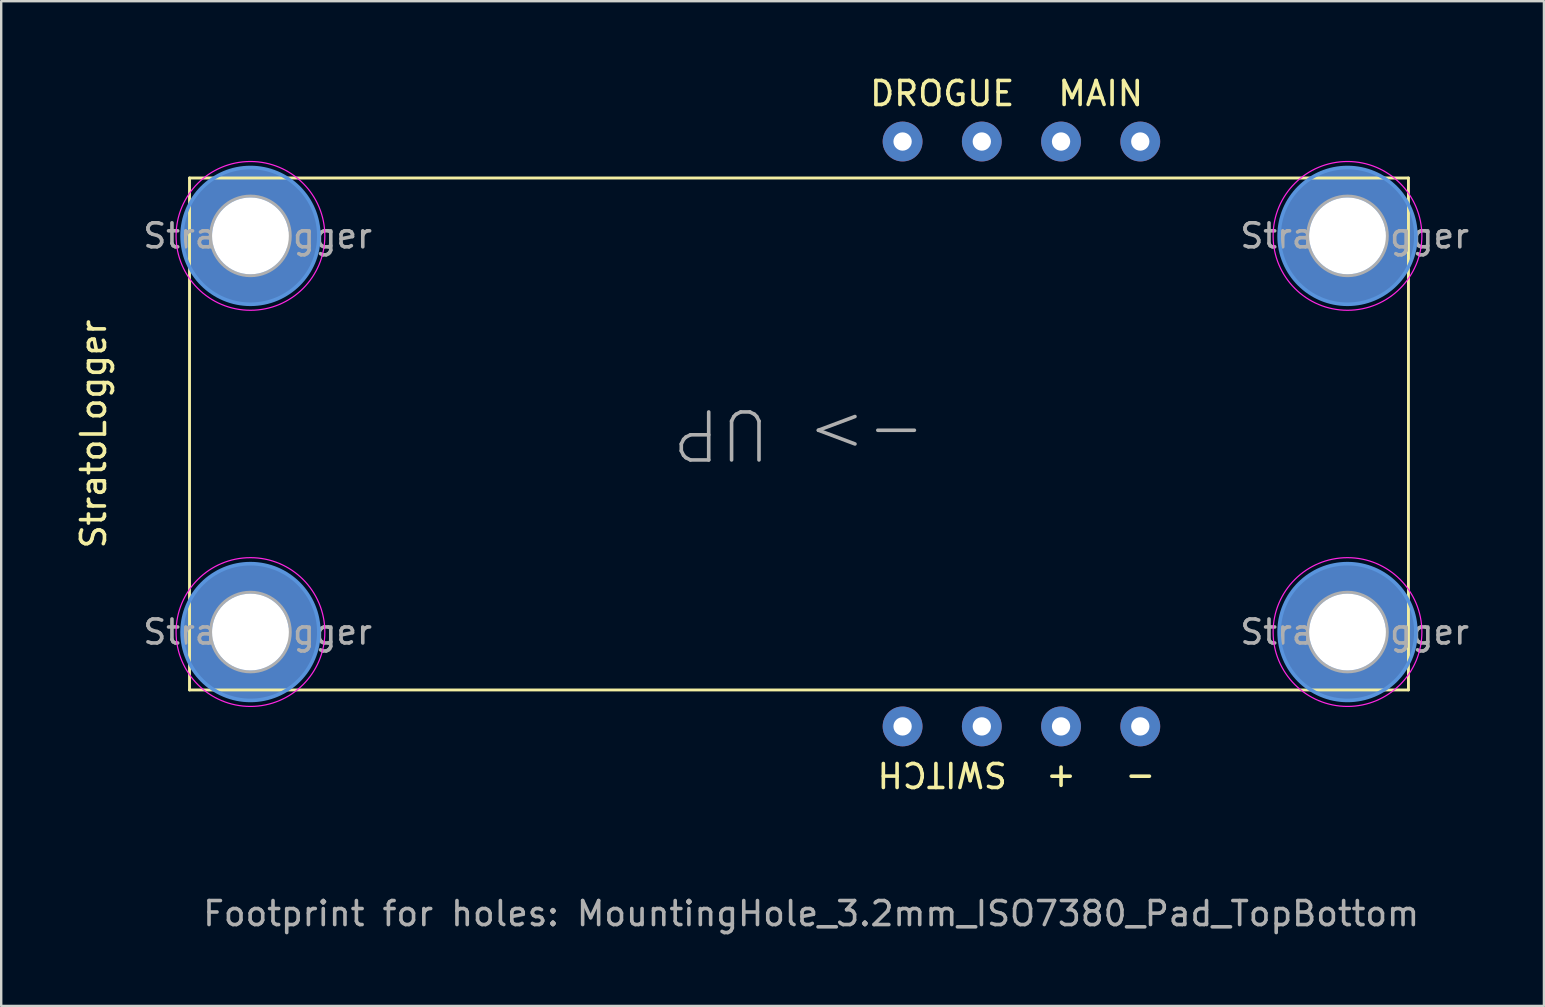
<source format=kicad_pcb>
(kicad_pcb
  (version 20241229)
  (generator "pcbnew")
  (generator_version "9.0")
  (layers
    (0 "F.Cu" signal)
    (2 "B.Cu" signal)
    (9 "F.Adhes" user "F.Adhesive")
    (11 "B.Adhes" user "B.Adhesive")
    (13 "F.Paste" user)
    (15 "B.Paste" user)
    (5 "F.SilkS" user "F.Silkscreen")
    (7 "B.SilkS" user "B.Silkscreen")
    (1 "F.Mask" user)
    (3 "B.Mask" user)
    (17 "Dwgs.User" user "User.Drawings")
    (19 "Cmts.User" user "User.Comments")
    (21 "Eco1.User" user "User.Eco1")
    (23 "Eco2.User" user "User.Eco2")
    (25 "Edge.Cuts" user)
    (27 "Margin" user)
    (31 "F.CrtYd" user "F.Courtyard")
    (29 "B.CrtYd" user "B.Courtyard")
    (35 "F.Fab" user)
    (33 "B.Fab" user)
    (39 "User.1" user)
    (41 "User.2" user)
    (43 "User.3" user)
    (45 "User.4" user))
  (footprint "StratoLogger"
    (layer "F.Cu")
    (at 30.248 15.036)
    (property "Reference" "StratoLogger" (at -29.4 0 90) (layer "F.SilkS") (effects (font (size 1 1) (thickness 0.15))))
    (attr through_hole)
    (fp_line (start -25.4 10.668) (end -25.4 -10.668) (stroke (width 0.12) (type solid)) (layer "F.SilkS"))
    (fp_line (start -25.4 10.668) (end 25.4 10.668) (stroke (width 0.12) (type solid)) (layer "F.SilkS"))
    (fp_line (start 25.4 -10.668) (end -25.4 -10.668) (stroke (width 0.12) (type solid)) (layer "F.SilkS"))
    (fp_line (start 25.4 -10.668) (end 25.4 10.668) (stroke (width 0.12) (type solid)) (layer "F.SilkS"))
    (fp_circle (center -22.86 -8.255) (end -20.01 -8.255) (stroke (width 0.15) (type solid)) (fill no) (layer "Cmts.User"))
    (fp_circle (center -22.86 8.255) (end -20.01 8.255) (stroke (width 0.15) (type solid)) (fill no) (layer "Cmts.User"))
    (fp_circle (center 22.86 -8.255) (end 25.71 -8.255) (stroke (width 0.15) (type solid)) (fill no) (layer "Cmts.User"))
    (fp_circle (center 22.86 8.255) (end 25.71 8.255) (stroke (width 0.15) (type solid)) (fill no) (layer "Cmts.User"))
    (fp_circle (center -22.86 -8.255) (end -19.76 -8.255) (stroke (width 0.05) (type solid)) (fill no) (layer "F.CrtYd"))
    (fp_circle (center -22.86 8.255) (end -19.76 8.255) (stroke (width 0.05) (type solid)) (fill no) (layer "F.CrtYd"))
    (fp_circle (center 22.86 -8.255) (end 25.96 -8.255) (stroke (width 0.05) (type solid)) (fill no) (layer "F.CrtYd"))
    (fp_circle (center 22.86 8.255) (end 25.96 8.255) (stroke (width 0.05) (type solid)) (fill no) (layer "F.CrtYd"))
    (fp_circle (center -22.86 -8.255) (end -21.2 -8.255) (stroke (width 0.12) (type solid)) (fill no) (layer "F.Fab"))
    (fp_circle (center -22.86 8.255) (end -21.2 8.255) (stroke (width 0.12) (type solid)) (fill no) (layer "F.Fab"))
    (fp_circle (center 22.86 -8.255) (end 24.52 -8.255) (stroke (width 0.12) (type solid)) (fill no) (layer "F.Fab"))
    (fp_circle (center 22.86 8.255) (end 24.52 8.255) (stroke (width 0.12) (type solid)) (fill no) (layer "F.Fab"))
    (fp_text user "SWITCH" (at 5.969 14.188 180) (unlocked yes) (layer "F.SilkS") (effects (font (size 1 1) (thickness 0.15))))
    (fp_text user "MAIN" (at 12.573 -14.188 0) (layer "F.SilkS") (effects (font (size 1 1) (thickness 0.15))))
    (fp_text user "+" (at 10.922 14.188 0) (layer "F.SilkS") (effects (font (size 1 1) (thickness 0.15))))
    (fp_text user "DROGUE" (at 5.969 -14.188 0) (layer "F.SilkS") (effects (font (size 1 1) (thickness 0.15))))
    (fp_text user "-" (at 14.224 14.188 0) (layer "F.SilkS") (effects (font (size 1 1) (thickness 0.15))))
    (fp_text user "-> UP" (at 0 0 180) (unlocked yes) (layer "F.Fab") (effects (font (size 2 2) (thickness 0.15))))
    (fp_text user "${REFERENCE}" (at 23.16 8.255 0) (layer "F.Fab") (effects (font (size 1 1) (thickness 0.15))))
    (fp_text user "${REFERENCE}" (at -22.56 8.255 0) (layer "F.Fab") (effects (font (size 1 1) (thickness 0.15))))
    (fp_text user "${REFERENCE}" (at -22.56 -8.255 0) (layer "F.Fab") (effects (font (size 1 1) (thickness 0.15))))
    (fp_text user "Footprint for holes: MountingHole_3.2mm_ISO7380_Pad_TopBottom" (at 0.508 19.99 0) (unlocked yes) (layer "F.Fab") (effects (font (size 1 1) (thickness 0.15))))
    (fp_text user "${REFERENCE}" (at 23.16 -8.255 0) (layer "F.Fab") (effects (font (size 1 1) (thickness 0.15))))
    (pad "1" thru_hole circle (at 4.318 12.188) (size 1.66 1.66) (drill 0.762) (layers "*.Cu" "*.Mask"))
    (pad "2" thru_hole circle (at 7.62 12.188) (size 1.66 1.66) (drill 0.762) (layers "*.Cu" "*.Mask"))
    (pad "3" thru_hole circle (at 10.922 12.188) (size 1.66 1.66) (drill 0.762) (layers "*.Cu" "*.Mask"))
    (pad "4" thru_hole circle (at 14.224 12.188) (size 1.66 1.66) (drill 0.762) (layers "*.Cu" "*.Mask"))
    (pad "5" thru_hole circle (at 4.318 -12.188) (size 1.66 1.66) (drill 0.762) (layers "*.Cu" "*.Mask"))
    (pad "6" thru_hole circle (at 7.62 -12.188) (size 1.66 1.66) (drill 0.762) (layers "*.Cu" "*.Mask"))
    (pad "7" thru_hole circle (at 10.922 -12.188) (size 1.66 1.66) (drill 0.762) (layers "*.Cu" "*.Mask"))
    (pad "8" thru_hole circle (at 14.224 -12.188) (size 1.66 1.66) (drill 0.762) (layers "*.Cu" "*.Mask"))
    (pad "~" thru_hole circle (at -22.86 -8.255) (size 3.6 3.6) (drill 3.2) (layers "*.Cu" "*.Mask"))
    (pad "~" connect circle (at -22.86 -8.255) (size 5.7 5.7) (layers "F.Cu" "F.Mask"))
    (pad "~" connect circle (at -22.86 -8.255) (size 5.7 5.7) (layers "B.Cu" "B.Mask"))
    (pad "~" thru_hole circle (at -22.86 8.255) (size 3.6 3.6) (drill 3.2) (layers "*.Cu" "*.Mask"))
    (pad "~" connect circle (at -22.86 8.255) (size 5.7 5.7) (layers "F.Cu" "F.Mask"))
    (pad "~" connect circle (at -22.86 8.255) (size 5.7 5.7) (layers "B.Cu" "B.Mask"))
    (pad "~" thru_hole circle (at 22.86 -8.255) (size 3.6 3.6) (drill 3.2) (layers "*.Cu" "*.Mask"))
    (pad "~" connect circle (at 22.86 -8.255) (size 5.7 5.7) (layers "F.Cu" "F.Mask"))
    (pad "~" connect circle (at 22.86 -8.255) (size 5.7 5.7) (layers "B.Cu" "B.Mask"))
    (pad "~" thru_hole circle (at 22.86 8.255) (size 3.6 3.6) (drill 3.2) (layers "*.Cu" "*.Mask"))
    (pad "~" connect circle (at 22.86 8.255) (size 5.7 5.7) (layers "F.Cu" "F.Mask"))
    (pad "~" connect circle (at 22.86 8.255) (size 5.7 5.7) (layers "B.Cu" "B.Mask")))
  (gr_rect
    (start -3 -3)
    (end 61.295 38.874)
    (stroke (width 0.1) (type default))
    (fill no)
    (layer "Edge.Cuts")))
</source>
